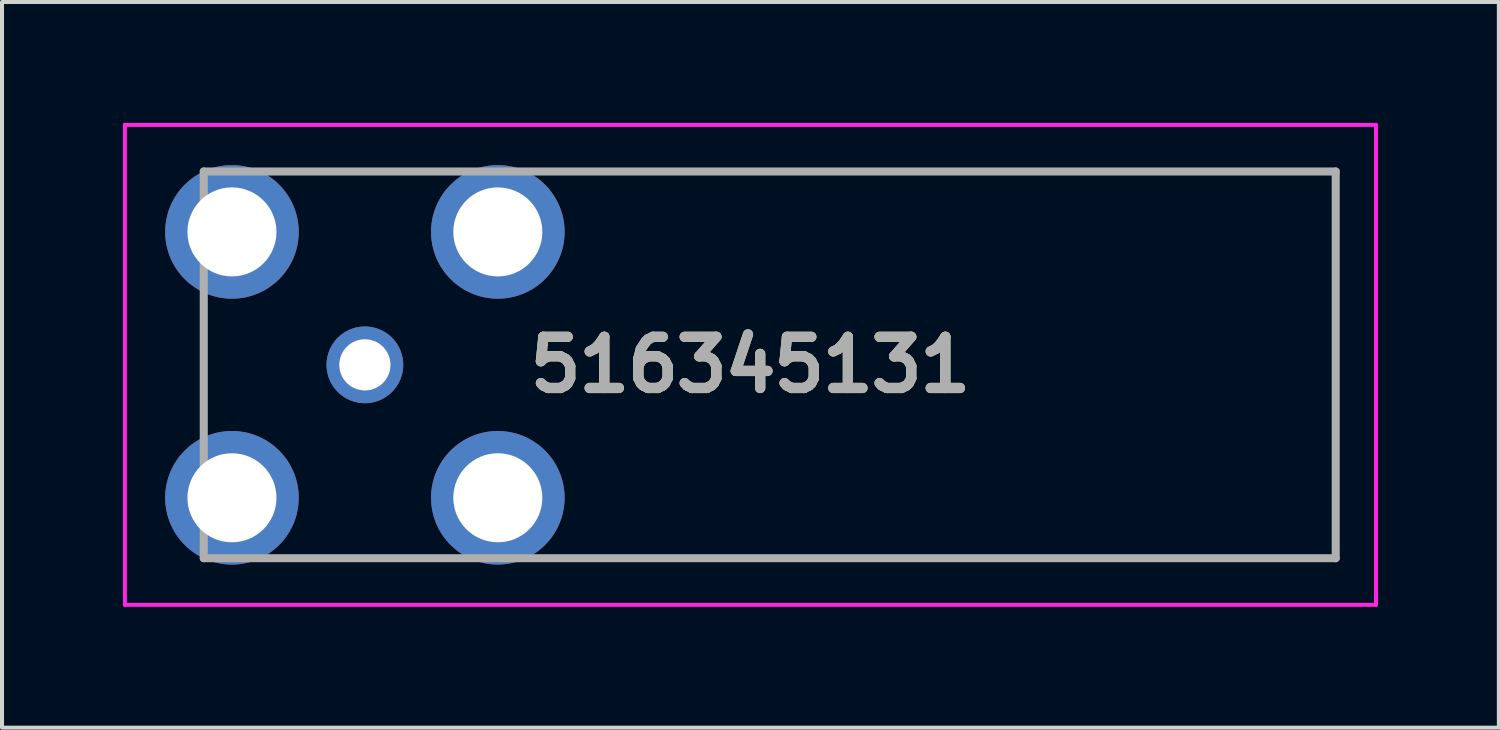
<source format=kicad_pcb>
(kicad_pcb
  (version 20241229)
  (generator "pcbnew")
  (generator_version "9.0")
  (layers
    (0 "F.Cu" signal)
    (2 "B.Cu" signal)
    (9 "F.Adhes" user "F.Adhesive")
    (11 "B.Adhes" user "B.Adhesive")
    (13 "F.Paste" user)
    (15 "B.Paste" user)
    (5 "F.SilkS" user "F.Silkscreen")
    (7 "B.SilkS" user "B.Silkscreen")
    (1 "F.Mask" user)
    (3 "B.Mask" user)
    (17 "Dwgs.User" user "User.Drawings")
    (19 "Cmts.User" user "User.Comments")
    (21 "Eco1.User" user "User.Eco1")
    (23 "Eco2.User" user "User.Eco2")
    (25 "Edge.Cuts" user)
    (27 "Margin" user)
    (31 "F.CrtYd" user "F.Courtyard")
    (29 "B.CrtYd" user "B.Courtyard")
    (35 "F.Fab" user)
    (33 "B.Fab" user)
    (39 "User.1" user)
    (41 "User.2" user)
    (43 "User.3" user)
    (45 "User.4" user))
  (footprint "516345131"
    (layer "F.Cu")
    (at 15.579 6.007)
    (property "Reference" "516345131" (at 0 0 0) (layer "F.SilkS") (effects (font (size 1.27 1.27) (thickness 0.254))))
    (attr through_hole)
    (fp_line (start -13.571 -1) (end -13.571 1) (stroke (width 0.1) (type solid)) (layer "F.SilkS"))
    (fp_line (start -11.571 -4.8) (end -7.571 -4.8) (stroke (width 0.1) (type solid)) (layer "F.SilkS"))
    (fp_line (start -11.571 4.8) (end -7.571 4.8) (stroke (width 0.1) (type solid)) (layer "F.SilkS"))
    (fp_line (start -4.571 -4.8) (end 14.529 -4.8) (stroke (width 0.1) (type solid)) (layer "F.SilkS"))
    (fp_line (start 14.529 -4.8) (end 14.529 4.8) (stroke (width 0.1) (type solid)) (layer "F.SilkS"))
    (fp_line (start 14.529 4.8) (end -4.571 4.8) (stroke (width 0.1) (type solid)) (layer "F.SilkS"))
    (fp_line (start -15.529 -5.957) (end 15.529 -5.957) (stroke (width 0.1) (type solid)) (layer "F.CrtYd"))
    (fp_line (start -15.529 5.957) (end -15.529 -5.957) (stroke (width 0.1) (type solid)) (layer "F.CrtYd"))
    (fp_line (start 15.529 -5.957) (end 15.529 5.957) (stroke (width 0.1) (type solid)) (layer "F.CrtYd"))
    (fp_line (start 15.529 5.957) (end -15.529 5.957) (stroke (width 0.1) (type solid)) (layer "F.CrtYd"))
    (fp_line (start -13.571 -4.8) (end 14.529 -4.8) (stroke (width 0.2) (type solid)) (layer "F.Fab"))
    (fp_line (start -13.571 4.8) (end -13.571 -4.8) (stroke (width 0.2) (type solid)) (layer "F.Fab"))
    (fp_line (start 14.529 -4.8) (end 14.529 4.8) (stroke (width 0.2) (type solid)) (layer "F.Fab"))
    (fp_line (start 14.529 4.8) (end -13.571 4.8) (stroke (width 0.2) (type solid)) (layer "F.Fab"))
    (fp_text user "${REFERENCE}" (at 0 0 0) (layer "F.Fab") (effects (font (size 1.27 1.27) (thickness 0.254))))
    (pad "1" thru_hole circle (at -9.571 0) (size 1.905 1.905) (drill 1.27) (layers "*.Cu" "*.Mask"))
    (pad "2" thru_hole circle (at -12.871 -3.3) (size 3.315 3.315) (drill 2.21) (layers "*.Cu" "*.Mask"))
    (pad "3" thru_hole circle (at -12.871 3.3) (size 3.315 3.315) (drill 2.21) (layers "*.Cu" "*.Mask"))
    (pad "4" thru_hole circle (at -6.271 3.3) (size 3.315 3.315) (drill 2.21) (layers "*.Cu" "*.Mask"))
    (pad "5" thru_hole circle (at -6.271 -3.3) (size 3.315 3.315) (drill 2.21) (layers "*.Cu" "*.Mask")))
  (gr_rect
    (start -3 -3)
    (end 34.158 15.014)
    (stroke (width 0.1) (type default))
    (fill no)
    (layer "Edge.Cuts")))
</source>
